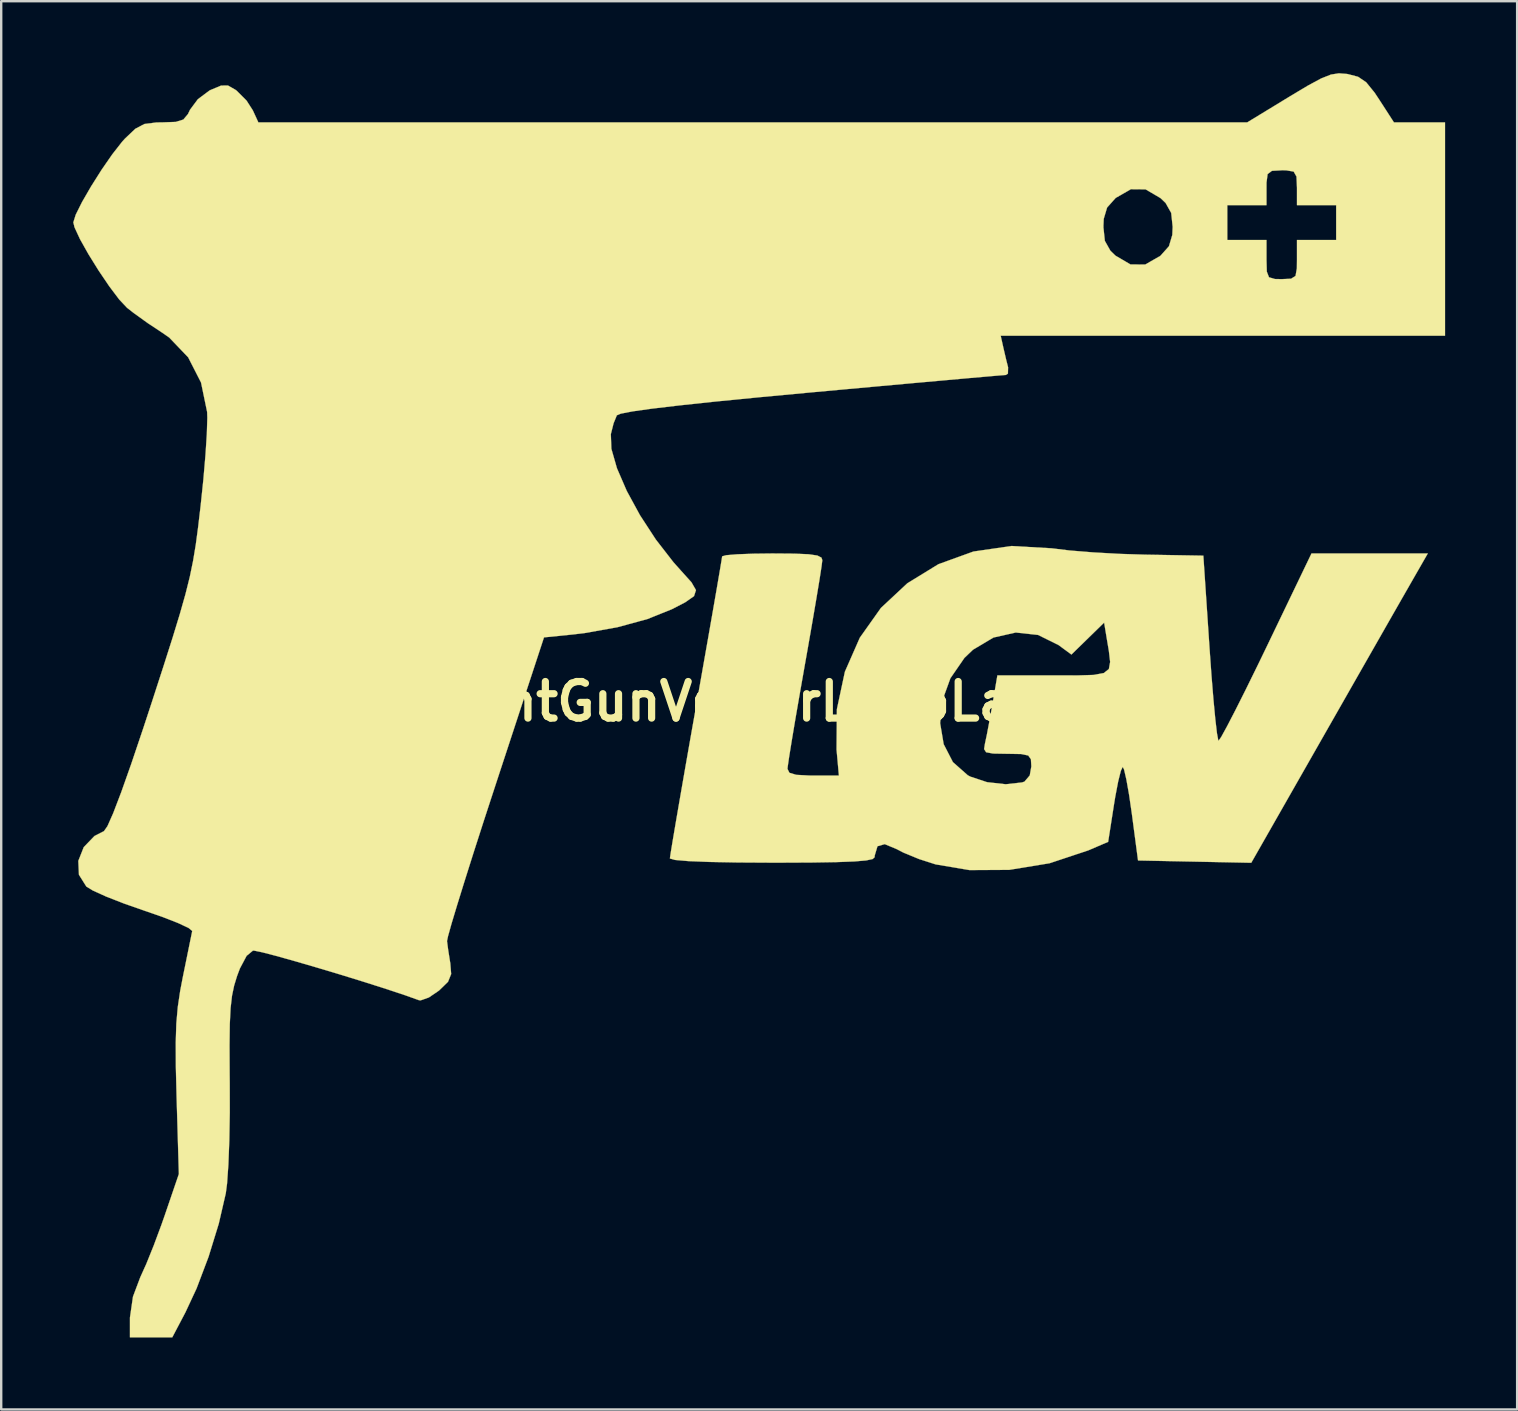
<source format=kicad_pcb>
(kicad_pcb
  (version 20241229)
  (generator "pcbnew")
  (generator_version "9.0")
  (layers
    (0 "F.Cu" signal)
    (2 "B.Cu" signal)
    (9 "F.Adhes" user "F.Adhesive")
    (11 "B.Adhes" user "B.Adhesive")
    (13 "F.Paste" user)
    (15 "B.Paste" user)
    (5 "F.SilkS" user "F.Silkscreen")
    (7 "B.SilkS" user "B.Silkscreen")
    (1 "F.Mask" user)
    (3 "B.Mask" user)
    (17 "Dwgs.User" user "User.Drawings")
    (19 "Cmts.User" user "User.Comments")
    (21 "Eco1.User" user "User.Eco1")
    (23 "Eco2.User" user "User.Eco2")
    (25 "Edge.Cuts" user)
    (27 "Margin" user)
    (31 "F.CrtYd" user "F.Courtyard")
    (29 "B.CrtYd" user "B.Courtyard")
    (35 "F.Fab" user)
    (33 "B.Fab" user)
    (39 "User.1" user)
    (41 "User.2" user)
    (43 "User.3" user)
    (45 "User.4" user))
  (footprint "LightGunVerterLogoLarge"
    (layer "F.Cu")
    (at 28.671 26.179)
    (property "Reference" "LightGunVerterLogoLarge" (at 0 0 0) (layer "F.SilkS") (effects (font (size 1.524 1.524) (thickness 0.3))))
    (attr through_hole)
    (fp_poly (pts (xy 12.103 -6.384) (xy 12.108 -6.383) (xy 12.851 -6.293) (xy 13.829 -6.214) (xy 14.914 -6.153) (xy 15.966 -6.12) (xy 18.415 -6.078) (xy 18.673 -2.223) (xy 18.754 -1.085) (xy 18.836 -0.08) (xy 18.914 0.739) (xy 18.982 1.32) (xy 19.036 1.61) (xy 19.05 1.633) (xy 19.159 1.476) (xy 19.4 1.037) (xy 19.751 0.36) (xy 20.188 -0.51) (xy 20.688 -1.528) (xy 21.046 -2.268) (xy 22.921 -6.169) (xy 27.766 -6.169) (xy 27.219 -5.216) (xy 26.999 -4.832) (xy 26.624 -4.177) (xy 26.121 -3.297) (xy 25.515 -2.234) (xy 24.83 -1.034) (xy 24.093 0.259) (xy 23.541 1.227) (xy 20.411 6.718) (xy 18.052 6.67) (xy 15.694 6.622) (xy 15.436 4.672) (xy 15.321 3.882) (xy 15.208 3.246) (xy 15.113 2.837) (xy 15.057 2.721) (xy 14.977 2.888) (xy 14.866 3.331) (xy 14.744 3.972) (xy 14.693 4.284) (xy 14.449 5.846) (xy 13.622 6.201) (xy 12.009 6.737) (xy 10.324 7.013) (xy 8.67 7.022) (xy 7.26 6.784) (xy 6.569 6.562) (xy 5.915 6.292) (xy 5.644 6.151) (xy 5.141 5.941) (xy 4.838 6.029) (xy 4.722 6.42) (xy 4.72 6.486) (xy 4.637 6.562) (xy 4.367 6.62) (xy 3.877 6.662) (xy 3.132 6.69) (xy 2.098 6.707) (xy 0.742 6.713) (xy 0.454 6.713) (xy -0.997 6.705) (xy -2.168 6.683) (xy -3.041 6.648) (xy -3.595 6.6) (xy -3.808 6.54) (xy -3.81 6.533) (xy -3.779 6.318) (xy -3.692 5.788) (xy -3.556 4.986) (xy -3.378 3.953) (xy -3.166 2.733) (xy -2.926 1.367) (xy -2.721 0.211) (xy -2.466 -1.236) (xy -2.231 -2.569) (xy -2.025 -3.745) (xy -1.855 -4.723) (xy -1.729 -5.461) (xy -1.653 -5.917) (xy -1.633 -6.05) (xy -1.463 -6.097) (xy -1.003 -6.135) (xy -0.322 -6.16) (xy 0.454 -6.169) (xy 1.367 -6.162) (xy 1.975 -6.136) (xy 2.335 -6.083) (xy 2.504 -5.996) (xy 2.54 -5.891) (xy 2.509 -5.638) (xy 2.423 -5.083) (xy 2.29 -4.28) (xy 2.12 -3.284) (xy 1.922 -2.151) (xy 1.814 -1.542) (xy 1.606 -0.359) (xy 1.42 0.713) (xy 1.268 1.62) (xy 1.157 2.307) (xy 1.097 2.72) (xy 1.089 2.806) (xy 1.168 2.968) (xy 1.454 3.054) (xy 2.018 3.084) (xy 2.16 3.084) (xy 3.231 3.084) (xy 3.133 2.001) (xy 3.142 0.898) (xy 7.448 0.898) (xy 7.596 1.776) (xy 7.981 2.524) (xy 8.6 3.071) (xy 8.709 3.129) (xy 9.405 3.36) (xy 10.182 3.446) (xy 10.859 3.371) (xy 10.962 3.337) (xy 11.183 3.078) (xy 11.249 2.702) (xy 11.231 2.404) (xy 11.119 2.248) (xy 10.824 2.187) (xy 10.258 2.177) (xy 10.231 2.177) (xy 9.656 2.167) (xy 9.365 2.113) (xy 9.28 1.981) (xy 9.313 1.769) (xy 9.395 1.382) (xy 9.51 0.775) (xy 9.624 0.136) (xy 9.834 -1.089) (xy 12.174 -1.089) (xy 13.167 -1.088) (xy 13.847 -1.109) (xy 14.268 -1.187) (xy 14.479 -1.355) (xy 14.532 -1.65) (xy 14.479 -2.106) (xy 14.396 -2.597) (xy 14.282 -3.289) (xy 12.918 -1.958) (xy 12.383 -2.353) (xy 11.529 -2.775) (xy 10.6 -2.876) (xy 9.671 -2.667) (xy 8.816 -2.158) (xy 8.46 -1.817) (xy 7.876 -0.969) (xy 7.54 -0.04) (xy 7.448 0.898) (xy 3.142 0.898) (xy 3.147 0.319) (xy 3.481 -1.244) (xy 4.103 -2.66) (xy 4.981 -3.899) (xy 6.084 -4.929) (xy 7.379 -5.723) (xy 8.836 -6.25) (xy 10.421 -6.48) (xy 12.103 -6.384)) (stroke (width 0.01) (type solid)) (fill yes) (layer "F.SilkS"))
    (fp_poly (pts (xy 24.397 -26.148) (xy 24.429 -26.143) (xy 24.862 -26.03) (xy 25.2 -25.801) (xy 25.548 -25.372) (xy 25.742 -25.08) (xy 26.356 -24.13) (xy 28.484 -24.13) (xy 28.484 -15.24) (xy 9.972 -15.24) (xy 10.083 -14.741) (xy 10.198 -14.248) (xy 10.28 -13.925) (xy 10.273 -13.661) (xy 10.189 -13.607) (xy 9.976 -13.591) (xy 9.44 -13.545) (xy 8.618 -13.473) (xy 7.547 -13.377) (xy 6.265 -13.262) (xy 4.809 -13.13) (xy 3.218 -12.985) (xy 2.067 -12.88) (xy -0.113 -12.676) (xy -1.94 -12.496) (xy -3.419 -12.338) (xy -4.56 -12.203) (xy -5.369 -12.089) (xy -5.854 -11.995) (xy -6.02 -11.927) (xy -6.156 -11.595) (xy -6.271 -11.142) (xy -6.249 -10.53) (xy -6.016 -9.718) (xy -5.607 -8.773) (xy -5.056 -7.762) (xy -4.398 -6.752) (xy -3.668 -5.811) (xy -3.346 -5.45) (xy -2.911 -4.967) (xy -2.724 -4.642) (xy -2.805 -4.392) (xy -3.173 -4.134) (xy -3.73 -3.846) (xy -4.745 -3.438) (xy -5.999 -3.096) (xy -7.367 -2.852) (xy -7.839 -2.796) (xy -9.056 -2.673) (xy -11.089 3.517) (xy -11.558 4.952) (xy -11.987 6.285) (xy -12.363 7.474) (xy -12.675 8.479) (xy -12.91 9.259) (xy -13.054 9.774) (xy -13.097 9.979) (xy -13.05 10.336) (xy -12.97 10.844) (xy -12.96 10.901) (xy -12.924 11.353) (xy -13.055 11.677) (xy -13.421 12.033) (xy -13.435 12.045) (xy -13.854 12.33) (xy -14.197 12.45) (xy -14.272 12.441) (xy -14.847 12.235) (xy -15.622 11.978) (xy -16.531 11.688) (xy -17.508 11.386) (xy -18.489 11.092) (xy -19.408 10.824) (xy -20.199 10.602) (xy -20.797 10.447) (xy -21.138 10.377) (xy -21.182 10.376) (xy -21.446 10.594) (xy -21.726 11.122) (xy -21.843 11.432) (xy -21.966 11.833) (xy -22.055 12.259) (xy -22.114 12.773) (xy -22.147 13.44) (xy -22.158 14.322) (xy -22.153 15.484) (xy -22.149 15.898) (xy -22.147 17.123) (xy -22.167 18.281) (xy -22.206 19.294) (xy -22.261 20.083) (xy -22.313 20.485) (xy -22.607 21.757) (xy -23.031 23.132) (xy -23.53 24.45) (xy -23.994 25.445) (xy -24.543 26.489) (xy -26.307 26.489) (xy -26.307 25.666) (xy -26.181 24.795) (xy -25.877 23.988) (xy -25.625 23.429) (xy -25.313 22.655) (xy -24.994 21.797) (xy -24.858 21.409) (xy -24.269 19.685) (xy -24.364 16.454) (xy -24.395 15.192) (xy -24.399 14.207) (xy -24.374 13.412) (xy -24.313 12.721) (xy -24.213 12.05) (xy -24.104 11.481) (xy -23.948 10.718) (xy -23.819 10.084) (xy -23.734 9.668) (xy -23.712 9.559) (xy -23.86 9.436) (xy -24.288 9.234) (xy -24.931 8.982) (xy -25.719 8.708) (xy -26.559 8.414) (xy -27.299 8.125) (xy -27.852 7.874) (xy -28.123 7.709) (xy -28.432 7.217) (xy -28.458 6.638) (xy -28.232 6.067) (xy -27.784 5.601) (xy -27.39 5.4) (xy -27.245 5.194) (xy -27.004 4.65) (xy -26.671 3.779) (xy -26.251 2.592) (xy -25.748 1.101) (xy -25.408 0.066) (xy -24.919 -1.44) (xy -24.53 -2.66) (xy -24.226 -3.654) (xy -23.992 -4.48) (xy -23.813 -5.197) (xy -23.676 -5.863) (xy -23.564 -6.537) (xy -23.465 -7.279) (xy -23.363 -8.147) (xy -23.361 -8.164) (xy -23.248 -9.245) (xy -23.16 -10.271) (xy -23.103 -11.158) (xy -23.083 -11.819) (xy -23.091 -12.065) (xy -23.345 -13.291) (xy -23.881 -14.341) (xy -24.671 -15.166) (xy -24.946 -15.357) (xy -25.568 -15.769) (xy -26.161 -16.196) (xy -26.429 -16.406) (xy -26.753 -16.751) (xy -27.164 -17.295) (xy -27.609 -17.952) (xy -28.035 -18.637) (xy -28.387 -19.264) (xy -28.612 -19.749) (xy -28.619 -19.776) (xy 14.25 -19.776) (xy 14.311 -19.194) (xy 14.542 -18.783) (xy 14.755 -18.577) (xy 15.379 -18.211) (xy 15.993 -18.207) (xy 16.616 -18.564) (xy 16.632 -18.577) (xy 16.982 -18.97) (xy 17.122 -19.441) (xy 17.137 -19.776) (xy 17.076 -20.358) (xy 16.893 -20.683) (xy 19.413 -20.683) (xy 19.413 -19.231) (xy 21.046 -19.231) (xy 21.046 -18.415) (xy 21.059 -17.913) (xy 21.151 -17.676) (xy 21.398 -17.604) (xy 21.681 -17.599) (xy 22.071 -17.616) (xy 22.256 -17.734) (xy 22.312 -18.052) (xy 22.316 -18.415) (xy 22.316 -19.231) (xy 23.949 -19.231) (xy 23.949 -20.683) (xy 22.316 -20.683) (xy 22.316 -21.409) (xy 22.296 -21.873) (xy 22.178 -22.08) (xy 21.868 -22.133) (xy 21.681 -22.134) (xy 21.274 -22.112) (xy 21.093 -21.977) (xy 21.047 -21.623) (xy 21.046 -21.409) (xy 21.046 -20.683) (xy 19.413 -20.683) (xy 16.893 -20.683) (xy 16.845 -20.769) (xy 16.632 -20.974) (xy 16.008 -21.34) (xy 15.394 -21.345) (xy 14.771 -20.987) (xy 14.755 -20.974) (xy 14.405 -20.582) (xy 14.265 -20.111) (xy 14.25 -19.776) (xy -28.619 -19.776) (xy -28.666 -19.963) (xy -28.566 -20.284) (xy -28.302 -20.813) (xy -27.925 -21.465) (xy -27.488 -22.156) (xy -27.041 -22.802) (xy -26.636 -23.319) (xy -26.519 -23.45) (xy -26.084 -23.863) (xy -25.702 -24.064) (xy -25.202 -24.127) (xy -24.954 -24.13) (xy -24.397 -24.15) (xy -24.082 -24.248) (xy -23.89 -24.477) (xy -23.804 -24.657) (xy -23.477 -25.096) (xy -22.994 -25.457) (xy -22.943 -25.482) (xy -22.51 -25.663) (xy -22.225 -25.667) (xy -21.916 -25.491) (xy -21.865 -25.454) (xy -21.448 -25.037) (xy -21.186 -24.629) (xy -20.957 -24.13) (xy 20.243 -24.13) (xy 21.987 -25.193) (xy 22.769 -25.661) (xy 23.325 -25.961) (xy 23.731 -26.122) (xy 24.062 -26.174) (xy 24.397 -26.148)) (stroke (width 0.01) (type solid)) (fill yes) (layer "F.SilkS")))
  (gr_rect
    (start -3 -3)
    (end 60.16 55.673)
    (stroke (width 0.1) (type default))
    (fill no)
    (layer "Edge.Cuts")))
</source>
